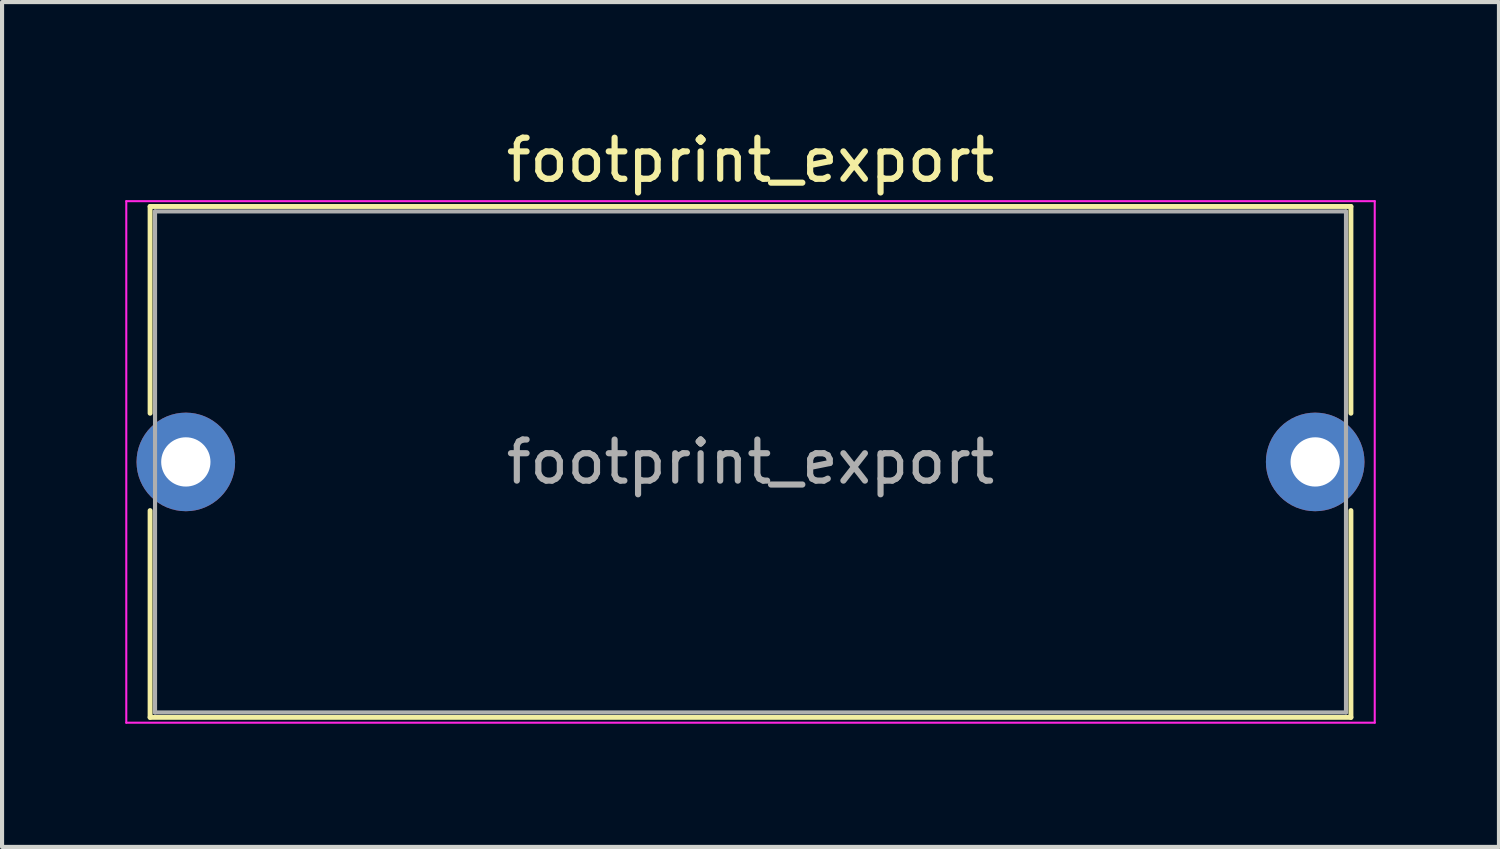
<source format=kicad_pcb>
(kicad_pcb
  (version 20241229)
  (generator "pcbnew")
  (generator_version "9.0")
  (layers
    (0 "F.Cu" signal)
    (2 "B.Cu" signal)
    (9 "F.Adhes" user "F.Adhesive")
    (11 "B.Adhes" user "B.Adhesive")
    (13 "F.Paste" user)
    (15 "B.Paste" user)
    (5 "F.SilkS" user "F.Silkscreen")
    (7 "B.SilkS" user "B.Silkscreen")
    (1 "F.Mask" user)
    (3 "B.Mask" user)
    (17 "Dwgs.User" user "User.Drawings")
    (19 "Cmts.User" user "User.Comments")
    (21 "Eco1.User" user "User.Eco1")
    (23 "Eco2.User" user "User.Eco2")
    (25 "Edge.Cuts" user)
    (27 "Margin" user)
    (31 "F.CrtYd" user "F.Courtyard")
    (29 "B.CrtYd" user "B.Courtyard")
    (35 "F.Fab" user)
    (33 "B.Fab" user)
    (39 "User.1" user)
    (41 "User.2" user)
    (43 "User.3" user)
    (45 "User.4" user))
  (footprint "footprint_export"
    (layer "F.Cu")
    (at 1.475 8.198)
    (property "Reference" "footprint_export" (at 13.75 -7.35 0) (layer "F.SilkS") (effects (font (size 1 1) (thickness 0.15))))
    (attr through_hole)
    (fp_line (start -0.87 -6.22) (end -0.87 -1.185) (stroke (width 0.12) (type solid)) (layer "F.SilkS"))
    (fp_line (start -0.87 -6.22) (end 28.37 -6.22) (stroke (width 0.12) (type solid)) (layer "F.SilkS"))
    (fp_line (start -0.87 1.185) (end -0.87 6.22) (stroke (width 0.12) (type solid)) (layer "F.SilkS"))
    (fp_line (start -0.87 6.22) (end 28.37 6.22) (stroke (width 0.12) (type solid)) (layer "F.SilkS"))
    (fp_line (start 28.37 -6.22) (end 28.37 -1.185) (stroke (width 0.12) (type solid)) (layer "F.SilkS"))
    (fp_line (start 28.37 1.185) (end 28.37 6.22) (stroke (width 0.12) (type solid)) (layer "F.SilkS"))
    (fp_line (start -1.45 -6.35) (end -1.45 6.35) (stroke (width 0.05) (type solid)) (layer "F.CrtYd"))
    (fp_line (start -1.45 6.35) (end 28.95 6.35) (stroke (width 0.05) (type solid)) (layer "F.CrtYd"))
    (fp_line (start 28.95 -6.35) (end -1.45 -6.35) (stroke (width 0.05) (type solid)) (layer "F.CrtYd"))
    (fp_line (start 28.95 6.35) (end 28.95 -6.35) (stroke (width 0.05) (type solid)) (layer "F.CrtYd"))
    (fp_line (start -0.75 -6.1) (end -0.75 6.1) (stroke (width 0.1) (type solid)) (layer "F.Fab"))
    (fp_line (start -0.75 6.1) (end 28.25 6.1) (stroke (width 0.1) (type solid)) (layer "F.Fab"))
    (fp_line (start 28.25 -6.1) (end -0.75 -6.1) (stroke (width 0.1) (type solid)) (layer "F.Fab"))
    (fp_line (start 28.25 6.1) (end 28.25 -6.1) (stroke (width 0.1) (type solid)) (layer "F.Fab"))
    (fp_text user "${REFERENCE}" (at 13.75 0 0) (layer "F.Fab") (effects (font (size 1 1) (thickness 0.15))))
    (pad "1" thru_hole circle (at 0 0) (size 2.4 2.4) (drill 1.2) (layers "*.Cu" "*.Mask"))
    (pad "2" thru_hole circle (at 27.5 0) (size 2.4 2.4) (drill 1.2) (layers "*.Cu" "*.Mask")))
  (gr_rect
    (start -3 -3)
    (end 33.45 17.573)
    (stroke (width 0.1) (type default))
    (fill no)
    (layer "Edge.Cuts")))
</source>
